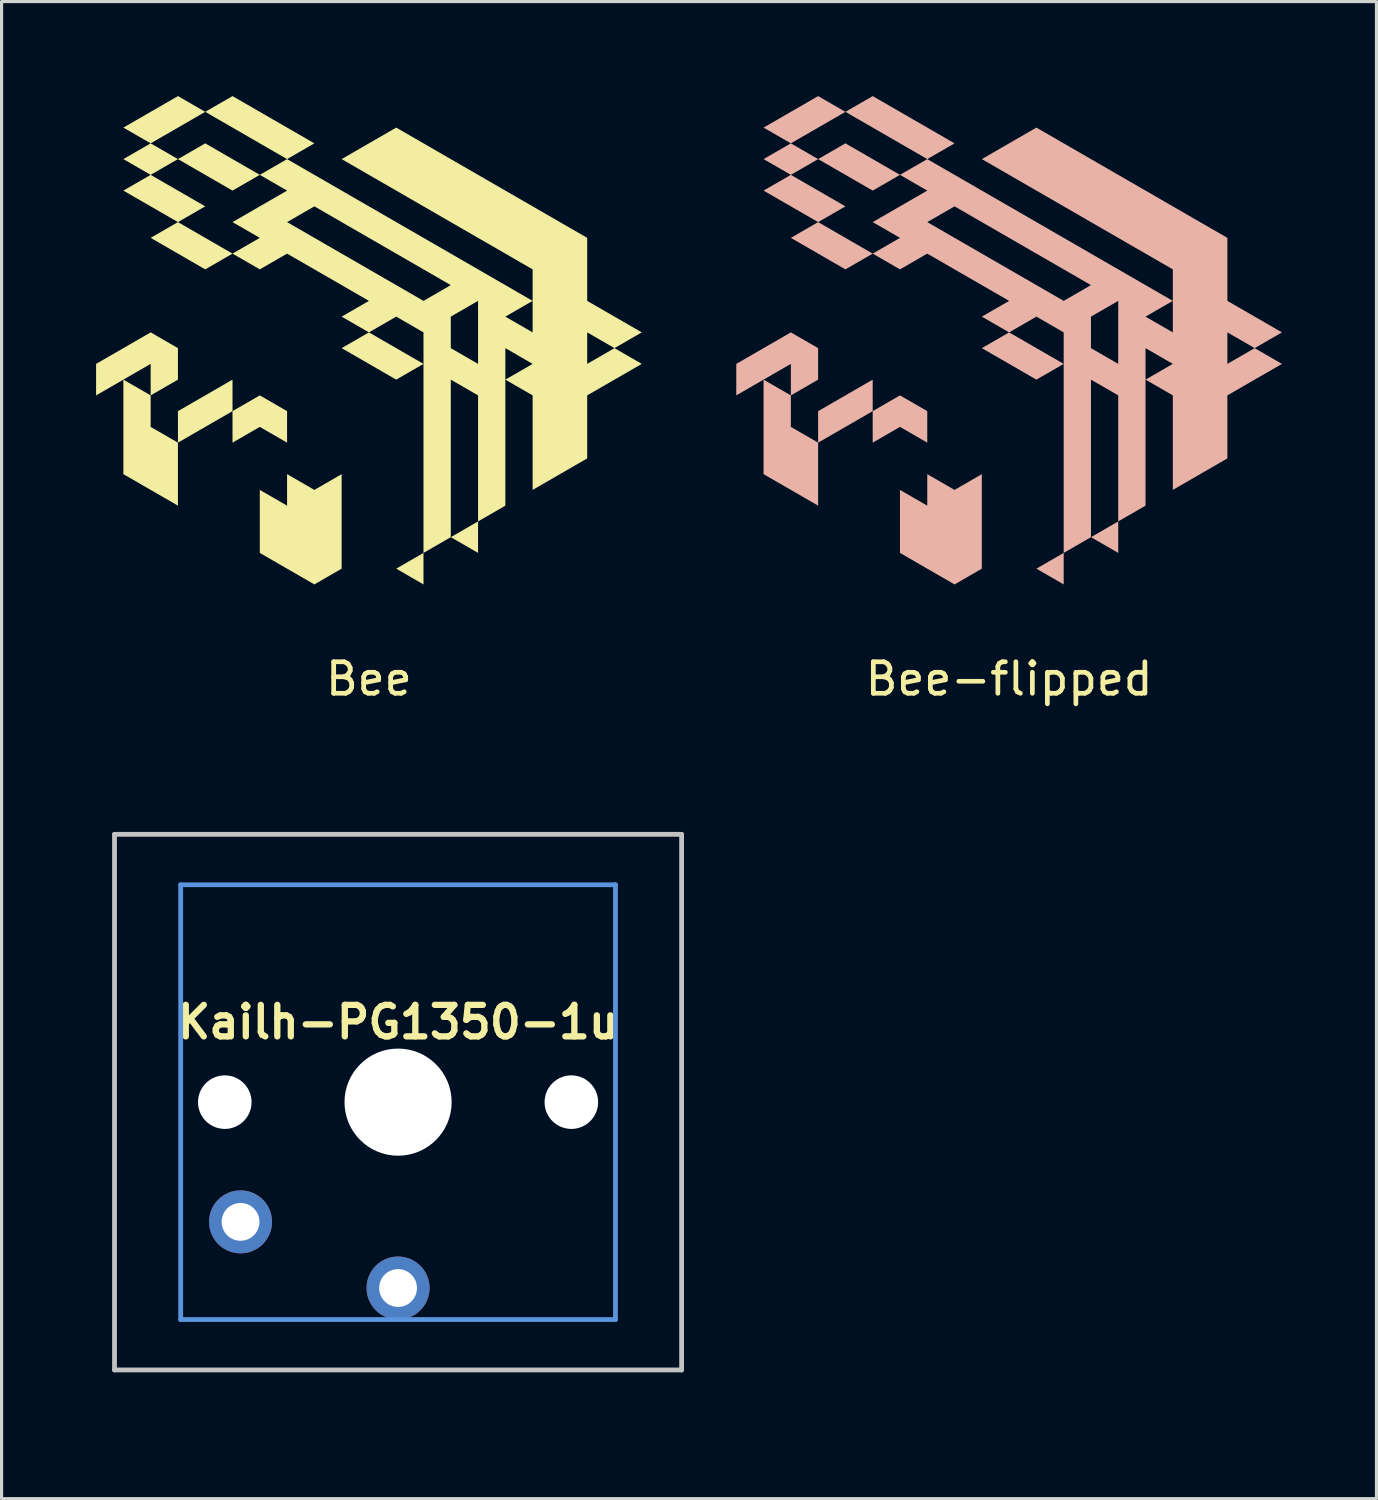
<source format=kicad_pcb>
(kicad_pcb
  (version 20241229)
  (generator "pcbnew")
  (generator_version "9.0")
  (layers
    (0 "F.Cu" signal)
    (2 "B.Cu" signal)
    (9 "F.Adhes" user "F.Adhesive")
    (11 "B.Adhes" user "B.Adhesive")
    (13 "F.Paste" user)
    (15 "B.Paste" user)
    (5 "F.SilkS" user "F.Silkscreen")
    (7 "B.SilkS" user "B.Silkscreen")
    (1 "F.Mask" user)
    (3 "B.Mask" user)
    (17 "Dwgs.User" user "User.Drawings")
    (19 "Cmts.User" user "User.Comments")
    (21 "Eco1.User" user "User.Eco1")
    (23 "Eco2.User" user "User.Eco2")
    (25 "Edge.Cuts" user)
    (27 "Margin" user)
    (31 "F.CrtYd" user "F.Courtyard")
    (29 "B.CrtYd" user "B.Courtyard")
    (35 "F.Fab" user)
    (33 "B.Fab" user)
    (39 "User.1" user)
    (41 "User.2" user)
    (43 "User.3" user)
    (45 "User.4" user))
  (footprint "Bee"
    (layer "F.Cu")
    (at 8.66 8.5)
    (property "Reference" "Bee" (at 0 10 0) (layer "F.SilkS") (effects (font (size 1 1) (thickness 0.15))))
    (attr smd board_only exclude_from_pos_files exclude_from_bom)
    (fp_poly (pts (xy -6.928 1) (xy -7.794 0.5) (xy -6.928 0)) (stroke (width 0) (type solid)) (fill yes) (layer "F.Mask"))
    (fp_poly (pts (xy 5.196 -1) (xy 4.33 -1.5) (xy 5.196 -2)) (stroke (width 0) (type solid)) (fill yes) (layer "F.Mask"))
    (fp_poly (pts (xy 5.196 0) (xy 4.33 0.5) (xy 4.33 -0.5)) (stroke (width 0) (type solid)) (fill yes) (layer "F.Mask"))
    (fp_poly (pts (xy -3.464 -4) (xy -4.33 -3.5) (xy -5.196 -4) (xy -4.33 -4.5)) (stroke (width 0) (type solid)) (fill yes) (layer "F.Mask"))
    (fp_poly (pts (xy 1.732 -1) (xy 1.732 0) (xy 0 -1) (xy 0.866 -1.5)) (stroke (width 0) (type solid)) (fill yes) (layer "F.Mask"))
    (fp_poly (pts (xy 2.598 -2.5) (xy 1.732 -2) (xy -2.598 -4.5) (xy -1.732 -5)) (stroke (width 0) (type solid)) (fill yes) (layer "F.Mask"))
    (fp_poly (pts (xy 3.464 0) (xy 2.598 -0.5) (xy 2.598 -1.5) (xy 3.464 -2)) (stroke (width 0) (type solid)) (fill yes) (layer "F.Mask"))
    (fp_poly (pts (xy 3.464 1) (xy 3.464 5) (xy 2.598 5.5) (xy 2.598 0.5)) (stroke (width 0) (type solid)) (fill yes) (layer "F.Mask"))
    (fp_poly (pts (xy 5.196 -3) (xy 5.196 -2) (xy -1.732 -6) (xy -0.866 -6.5)) (stroke (width 0) (type solid)) (fill yes) (layer "F.Mask"))
    (fp_poly (pts (xy 5.196 1) (xy 5.196 4) (xy 4.33 4.5) (xy 4.33 0.5)) (stroke (width 0) (type solid)) (fill yes) (layer "F.Mask"))
    (fp_poly (pts (xy 0 -2) (xy -0.866 -1.5) (xy 0 -1) (xy -0.866 -0.5) (xy 0.866 0.5) (xy 1.732 0) (xy 1.732 6) (xy -1.732 8) (xy -5.196 6) (xy -3.464 6) (xy -1.732 7) (xy -0.866 6.5) (xy -0.866 3.5) (xy -1.732 4) (xy -2.598 3.5) (xy -2.598 4.5) (xy -3.464 4) (xy -3.464 6) (xy -5.196 6) (xy -7.794 4.5) (xy -7.794 3.5) (xy -6.062 4.5) (xy -6.062 2.5) (xy -4.33 2.5) (xy -3.464 2) (xy -2.598 2.5) (xy -2.598 1.5) (xy -3.464 1) (xy -4.33 1.5) (xy -4.33 2.5) (xy -6.062 2.5) (xy -4.33 1.5) (xy -4.33 0.5) (xy -6.062 1.5) (xy -6.062 2.5) (xy -6.928 2) (xy -6.928 1) (xy -6.062 0.5) (xy -6.062 -0.5) (xy -6.928 -1) (xy -7.794 -0.5) (xy -7.794 -2.5) (xy -6.062 -3.5) (xy -5.196 -3) (xy -4.33 -3.5) (xy -3.464 -3) (xy -2.598 -3.5)) (stroke (width 0) (type solid)) (fill yes) (layer "F.Mask"))
    (fp_poly (pts (xy 1.732 7) (xy 0.866 6.5) (xy 1.732 6)) (stroke (width 0) (type solid)) (fill yes) (layer "F.SilkS"))
    (fp_poly (pts (xy 3.464 6) (xy 2.598 5.5) (xy 3.464 5)) (stroke (width 0) (type solid)) (fill yes) (layer "F.SilkS"))
    (fp_poly (pts (xy -6.062 -6.5) (xy -6.928 -6) (xy -7.794 -6.5) (xy -6.928 -7)) (stroke (width 0) (type solid)) (fill yes) (layer "F.SilkS"))
    (fp_poly (pts (xy -5.196 -8) (xy -6.928 -7) (xy -7.794 -7.5) (xy -6.062 -8.5)) (stroke (width 0) (type solid)) (fill yes) (layer "F.SilkS"))
    (fp_poly (pts (xy -5.196 -5) (xy -6.062 -4.5) (xy -7.794 -5.5) (xy -6.928 -6)) (stroke (width 0) (type solid)) (fill yes) (layer "F.SilkS"))
    (fp_poly (pts (xy -4.33 -3.5) (xy -5.196 -3) (xy -6.928 -4) (xy -6.062 -4.5)) (stroke (width 0) (type solid)) (fill yes) (layer "F.SilkS"))
    (fp_poly (pts (xy -4.33 1.5) (xy -6.062 2.5) (xy -6.062 1.5) (xy -4.33 0.5)) (stroke (width 0) (type solid)) (fill yes) (layer "F.SilkS"))
    (fp_poly (pts (xy -3.464 -6) (xy -4.33 -5.5) (xy -6.062 -6.5) (xy -5.196 -7)) (stroke (width 0) (type solid)) (fill yes) (layer "F.SilkS"))
    (fp_poly (pts (xy -1.732 -7) (xy -2.598 -6.5) (xy -5.196 -8) (xy -4.33 -8.5)) (stroke (width 0) (type solid)) (fill yes) (layer "F.SilkS"))
    (fp_poly (pts (xy 1.732 0) (xy 0.866 0.5) (xy -0.866 -0.5) (xy 0 -1)) (stroke (width 0) (type solid)) (fill yes) (layer "F.SilkS"))
    (fp_poly (pts (xy -6.928 1) (xy -6.928 2) (xy -6.062 2.5) (xy -6.062 4.5) (xy -7.794 3.5) (xy -7.794 0.5)) (stroke (width 0) (type solid)) (fill yes) (layer "F.SilkS"))
    (fp_poly (pts (xy -2.598 1.5) (xy -2.598 2.5) (xy -3.464 2) (xy -4.33 2.5) (xy -4.33 1.5) (xy -3.464 1)) (stroke (width 0) (type solid)) (fill yes) (layer "F.SilkS"))
    (fp_poly (pts (xy -6.062 -0.5) (xy -6.062 0.5) (xy -6.928 1) (xy -6.928 0) (xy -7.794 0.5) (xy -8.66 1) (xy -8.66 0) (xy -6.928 -1)) (stroke (width 0) (type solid)) (fill yes) (layer "F.SilkS"))
    (fp_poly (pts (xy -0.866 6.5) (xy -1.732 7) (xy -3.464 6) (xy -3.464 4) (xy -2.598 4.5) (xy -2.598 3.5) (xy -1.732 4) (xy -0.866 3.5)) (stroke (width 0) (type solid)) (fill yes) (layer "F.SilkS"))
    (fp_poly (pts (xy 6.928 -4) (xy 6.928 -2) (xy 8.66 -1) (xy 7.794 -0.5) (xy 8.66 0) (xy 6.928 1) (xy 6.928 3) (xy 5.196 4) (xy 5.196 1) (xy 4.33 0.5) (xy 4.33 4.5) (xy 3.464 5) (xy 3.464 1) (xy 2.598 0.5) (xy 2.598 5.5) (xy 1.732 6) (xy 1.732 0) (xy 1.732 -0.5) (xy 2.598 -0.5) (xy 3.464 0) (xy 3.464 -0.5) (xy 4.33 -0.5) (xy 4.33 0.5) (xy 5.196 0) (xy 4.33 -0.5) (xy 3.464 -0.5) (xy 3.464 -1.5) (xy 4.33 -1.5) (xy 5.196 -1) (xy 6.928 -1) (xy 6.928 0) (xy 7.794 -0.5) (xy 6.928 -1) (xy 5.196 -1) (xy 5.196 -2) (xy 4.33 -1.5) (xy 3.464 -1.5) (xy 3.464 -2) (xy 2.598 -1.5) (xy 2.598 -0.5) (xy 1.732 -0.5) (xy 1.732 -1) (xy 0.866 -1.5) (xy 0 -1) (xy -0.866 -1.5) (xy 0 -2) (xy -2.598 -3.5) (xy -3.464 -3) (xy -4.33 -3.5) (xy -3.464 -4) (xy -4.33 -4.5) (xy -2.598 -4.5) (xy 1.732 -2) (xy 2.598 -2.5) (xy -1.732 -5) (xy -2.598 -4.5) (xy -4.33 -4.5) (xy -2.598 -5.5) (xy -3.464 -6) (xy -2.598 -6.5) (xy 5.196 -2) (xy 5.196 -3) (xy -0.866 -6.5) (xy 0.866 -7.5)) (stroke (width 0) (type solid)) (fill yes) (layer "F.SilkS")))
  (footprint "Bee-flipped"
    (layer "F.Cu")
    (at 28.98 8.5)
    (property "Reference" "Bee-flipped" (at 0 10 0) (layer "F.SilkS") (effects (font (size 1 1) (thickness 0.15))))
    (attr smd board_only exclude_from_pos_files exclude_from_bom)
    (fp_poly (pts (xy -6.928 1) (xy -7.794 0.5) (xy -6.928 -0.000002)) (stroke (width 0) (type solid)) (fill yes) (layer "B.Mask"))
    (fp_poly (pts (xy 5.196 -1) (xy 4.33 -1.5) (xy 5.196 -2)) (stroke (width 0) (type solid)) (fill yes) (layer "B.Mask"))
    (fp_poly (pts (xy 5.196 -0.000002) (xy 4.33 0.5) (xy 4.33 -0.5)) (stroke (width 0) (type solid)) (fill yes) (layer "B.Mask"))
    (fp_poly (pts (xy -3.464 -4) (xy -4.33 -3.5) (xy -5.196 -4) (xy -4.33 -4.5)) (stroke (width 0) (type solid)) (fill yes) (layer "B.Mask"))
    (fp_poly (pts (xy 1.732 -1) (xy 1.732 -0.000002) (xy -0.000002 -1) (xy 0.866 -1.5)) (stroke (width 0) (type solid)) (fill yes) (layer "B.Mask"))
    (fp_poly (pts (xy 2.598 -2.5) (xy 1.732 -2) (xy -2.598 -4.5) (xy -1.732 -5)) (stroke (width 0) (type solid)) (fill yes) (layer "B.Mask"))
    (fp_poly (pts (xy 3.464 -0.000002) (xy 2.598 -0.5) (xy 2.598 -1.5) (xy 3.464 -2)) (stroke (width 0) (type solid)) (fill yes) (layer "B.Mask"))
    (fp_poly (pts (xy 3.464 1) (xy 3.464 5) (xy 2.598 5.5) (xy 2.598 0.5)) (stroke (width 0) (type solid)) (fill yes) (layer "B.Mask"))
    (fp_poly (pts (xy 5.196 -3) (xy 5.196 -2) (xy -1.732 -6) (xy -0.866 -6.5)) (stroke (width 0) (type solid)) (fill yes) (layer "B.Mask"))
    (fp_poly (pts (xy 5.196 1) (xy 5.196 4) (xy 4.33 4.5) (xy 4.33 0.5)) (stroke (width 0) (type solid)) (fill yes) (layer "B.Mask"))
    (fp_poly (pts (xy -0.000002 -2) (xy -0.866 -1.5) (xy -0.000002 -1) (xy -0.866 -0.5) (xy 0.866 0.5) (xy 1.732 -0.000002) (xy 1.732 6) (xy -1.732 8) (xy -5.196 6) (xy -3.464 6) (xy -1.732 7) (xy -0.866 6.5) (xy -0.866 3.5) (xy -1.732 4) (xy -2.598 3.5) (xy -2.598 4.5) (xy -3.464 4) (xy -3.464 6) (xy -5.196 6) (xy -7.794 4.5) (xy -7.794 3.5) (xy -6.062 4.5) (xy -6.062 2.5) (xy -4.33 2.5) (xy -3.464 2) (xy -2.598 2.5) (xy -2.598 1.5) (xy -3.464 1) (xy -4.33 1.5) (xy -4.33 2.5) (xy -6.062 2.5) (xy -4.33 1.5) (xy -4.33 0.5) (xy -6.062 1.5) (xy -6.062 2.5) (xy -6.928 2) (xy -6.928 1) (xy -6.062 0.5) (xy -6.062 -0.5) (xy -6.928 -1) (xy -7.794 -0.5) (xy -7.794 -2.5) (xy -6.062 -3.5) (xy -5.196 -3) (xy -4.33 -3.5) (xy -3.464 -3) (xy -2.598 -3.5)) (stroke (width 0) (type solid)) (fill yes) (layer "B.Mask"))
    (fp_poly (pts (xy 1.732 7) (xy 0.866 6.5) (xy 1.732 6)) (stroke (width 0) (type solid)) (fill yes) (layer "B.SilkS"))
    (fp_poly (pts (xy 3.464 6) (xy 2.598 5.5) (xy 3.464 5)) (stroke (width 0) (type solid)) (fill yes) (layer "B.SilkS"))
    (fp_poly (pts (xy -6.062 -6.5) (xy -6.928 -6) (xy -7.794 -6.5) (xy -6.928 -7)) (stroke (width 0) (type solid)) (fill yes) (layer "B.SilkS"))
    (fp_poly (pts (xy -5.196 -8) (xy -6.928 -7) (xy -7.794 -7.5) (xy -6.062 -8.5)) (stroke (width 0) (type solid)) (fill yes) (layer "B.SilkS"))
    (fp_poly (pts (xy -5.196 -5) (xy -6.062 -4.5) (xy -7.794 -5.5) (xy -6.928 -6)) (stroke (width 0) (type solid)) (fill yes) (layer "B.SilkS"))
    (fp_poly (pts (xy -4.33 -3.5) (xy -5.196 -3) (xy -6.928 -4) (xy -6.062 -4.5)) (stroke (width 0) (type solid)) (fill yes) (layer "B.SilkS"))
    (fp_poly (pts (xy -4.33 1.5) (xy -6.062 2.5) (xy -6.062 1.5) (xy -4.33 0.5)) (stroke (width 0) (type solid)) (fill yes) (layer "B.SilkS"))
    (fp_poly (pts (xy -3.464 -6) (xy -4.33 -5.5) (xy -6.062 -6.5) (xy -5.196 -7)) (stroke (width 0) (type solid)) (fill yes) (layer "B.SilkS"))
    (fp_poly (pts (xy -1.732 -7) (xy -2.598 -6.5) (xy -5.196 -8) (xy -4.33 -8.5)) (stroke (width 0) (type solid)) (fill yes) (layer "B.SilkS"))
    (fp_poly (pts (xy 1.732 -0.000002) (xy 0.866 0.5) (xy -0.866 -0.5) (xy -0.000002 -1)) (stroke (width 0) (type solid)) (fill yes) (layer "B.SilkS"))
    (fp_poly (pts (xy -6.928 1) (xy -6.928 2) (xy -6.062 2.5) (xy -6.062 4.5) (xy -7.794 3.5) (xy -7.794 0.5)) (stroke (width 0) (type solid)) (fill yes) (layer "B.SilkS"))
    (fp_poly (pts (xy -2.598 1.5) (xy -2.598 2.5) (xy -3.464 2) (xy -4.33 2.5) (xy -4.33 1.5) (xy -3.464 1)) (stroke (width 0) (type solid)) (fill yes) (layer "B.SilkS"))
    (fp_poly (pts (xy -6.062 -0.5) (xy -6.062 0.5) (xy -6.928 1) (xy -6.928 -0.000002) (xy -7.794 0.5) (xy -8.66 1) (xy -8.66 -0.000002) (xy -6.928 -1)) (stroke (width 0) (type solid)) (fill yes) (layer "B.SilkS"))
    (fp_poly (pts (xy -0.866 6.5) (xy -1.732 7) (xy -3.464 6) (xy -3.464 4) (xy -2.598 4.5) (xy -2.598 3.5) (xy -1.732 4) (xy -0.866 3.5)) (stroke (width 0) (type solid)) (fill yes) (layer "B.SilkS"))
    (fp_poly (pts (xy 6.928 -4) (xy 6.928 -2) (xy 8.66 -1) (xy 7.794 -0.5) (xy 8.66 -0.000002) (xy 6.928 1) (xy 6.928 3) (xy 5.196 4) (xy 5.196 1) (xy 4.33 0.5) (xy 4.33 4.5) (xy 3.464 5) (xy 3.464 1) (xy 2.598 0.5) (xy 2.598 5.5) (xy 1.732 6) (xy 1.732 -0.000002) (xy 1.732 -0.5) (xy 2.598 -0.5) (xy 3.464 -0.000002) (xy 3.464 -0.5) (xy 4.33 -0.5) (xy 4.33 0.5) (xy 5.196 -0.000002) (xy 4.33 -0.5) (xy 3.464 -0.5) (xy 3.464 -1.5) (xy 4.33 -1.5) (xy 5.196 -1) (xy 6.928 -1) (xy 6.928 -0.000002) (xy 7.794 -0.5) (xy 6.928 -1) (xy 5.196 -1) (xy 5.196 -2) (xy 4.33 -1.5) (xy 3.464 -1.5) (xy 3.464 -2) (xy 2.598 -1.5) (xy 2.598 -0.5) (xy 1.732 -0.5) (xy 1.732 -1) (xy 0.866 -1.5) (xy -0.000002 -1) (xy -0.866 -1.5) (xy -0.000002 -2) (xy -2.598 -3.5) (xy -3.464 -3) (xy -4.33 -3.5) (xy -3.464 -4) (xy -4.33 -4.5) (xy -2.598 -4.5) (xy 1.732 -2) (xy 2.598 -2.5) (xy -1.732 -5) (xy -2.598 -4.5) (xy -4.33 -4.5) (xy -2.598 -5.5) (xy -3.464 -6) (xy -2.598 -6.5) (xy 5.196 -2) (xy 5.196 -3) (xy -0.866 -6.5) (xy 0.866 -7.5)) (stroke (width 0) (type solid)) (fill yes) (layer "B.SilkS")))
  (footprint "Kailh-PG1350-1u"
    (layer "F.Cu")
    (at 9.585 31.933)
    (property "Reference" "Kailh-PG1350-1u" (at 0 -2.54 180) (layer "F.SilkS") (effects (font (size 1 1) (thickness 0.2))))
    (attr through_hole)
    (fp_line (start -9 -8.5) (end 9 -8.5) (stroke (width 0.152) (type solid)) (layer "Dwgs.User"))
    (fp_line (start -9 8.5) (end -9 -8.5) (stroke (width 0.152) (type solid)) (layer "Dwgs.User"))
    (fp_line (start 9 -8.5) (end 9 8.5) (stroke (width 0.152) (type solid)) (layer "Dwgs.User"))
    (fp_line (start 9 8.5) (end -9 8.5) (stroke (width 0.152) (type solid)) (layer "Dwgs.User"))
    (fp_line (start -6.9 -6.9) (end 6.9 -6.9) (stroke (width 0.152) (type solid)) (layer "Cmts.User"))
    (fp_line (start -6.9 6.9) (end -6.9 -6.9) (stroke (width 0.152) (type solid)) (layer "Cmts.User"))
    (fp_line (start 6.9 -6.9) (end 6.9 6.9) (stroke (width 0.152) (type solid)) (layer "Cmts.User"))
    (fp_line (start 6.9 6.9) (end -6.9 6.9) (stroke (width 0.152) (type solid)) (layer "Cmts.User"))
    (fp_line (start -9.525 -9.525) (end -9.525 9.525) (stroke (width 0.12) (type solid)) (layer "Eco1.User"))
    (fp_line (start -9.525 -9.525) (end 9.525 -9.525) (stroke (width 0.12) (type solid)) (layer "Eco1.User"))
    (fp_line (start -9.525 9.525) (end 9.525 9.525) (stroke (width 0.12) (type solid)) (layer "Eco1.User"))
    (fp_line (start 9.525 -9.525) (end 9.525 9.525) (stroke (width 0.12) (type solid)) (layer "Eco1.User"))
    (fp_line (start -7.5 -7.5) (end 7.5 -7.5) (stroke (width 0.152) (type solid)) (layer "Eco2.User"))
    (fp_line (start -7.5 7.5) (end -7.5 -7.5) (stroke (width 0.152) (type solid)) (layer "Eco2.User"))
    (fp_line (start 7.5 -7.5) (end 7.5 7.5) (stroke (width 0.152) (type solid)) (layer "Eco2.User"))
    (fp_line (start 7.5 7.5) (end -7.5 7.5) (stroke (width 0.152) (type solid)) (layer "Eco2.User"))
    (pad "" np_thru_hole circle (at -5.5 0 180) (size 1.7 1.7) (drill 1.7) (layers "*.Cu" "*.Mask"))
    (pad "" np_thru_hole circle (at 0 0 180) (size 3.4 3.4) (drill 3.4) (layers "*.Cu" "*.Mask"))
    (pad "" np_thru_hole circle (at 5.5 0 180) (size 1.7 1.7) (drill 1.7) (layers "*.Cu" "*.Mask"))
    (pad "1" thru_hole circle (at 0 5.9 180) (size 2 2) (drill 1.2) (layers "*.Cu" "*.Mask"))
    (pad "2" thru_hole circle (at -5 3.8 41.9) (size 2 2) (drill 1.2) (layers "*.Cu" "*.Mask")))
  (gr_rect
    (start -3 -3)
    (end 40.64 44.518)
    (stroke (width 0.1) (type default))
    (fill no)
    (layer "Edge.Cuts")))
</source>
